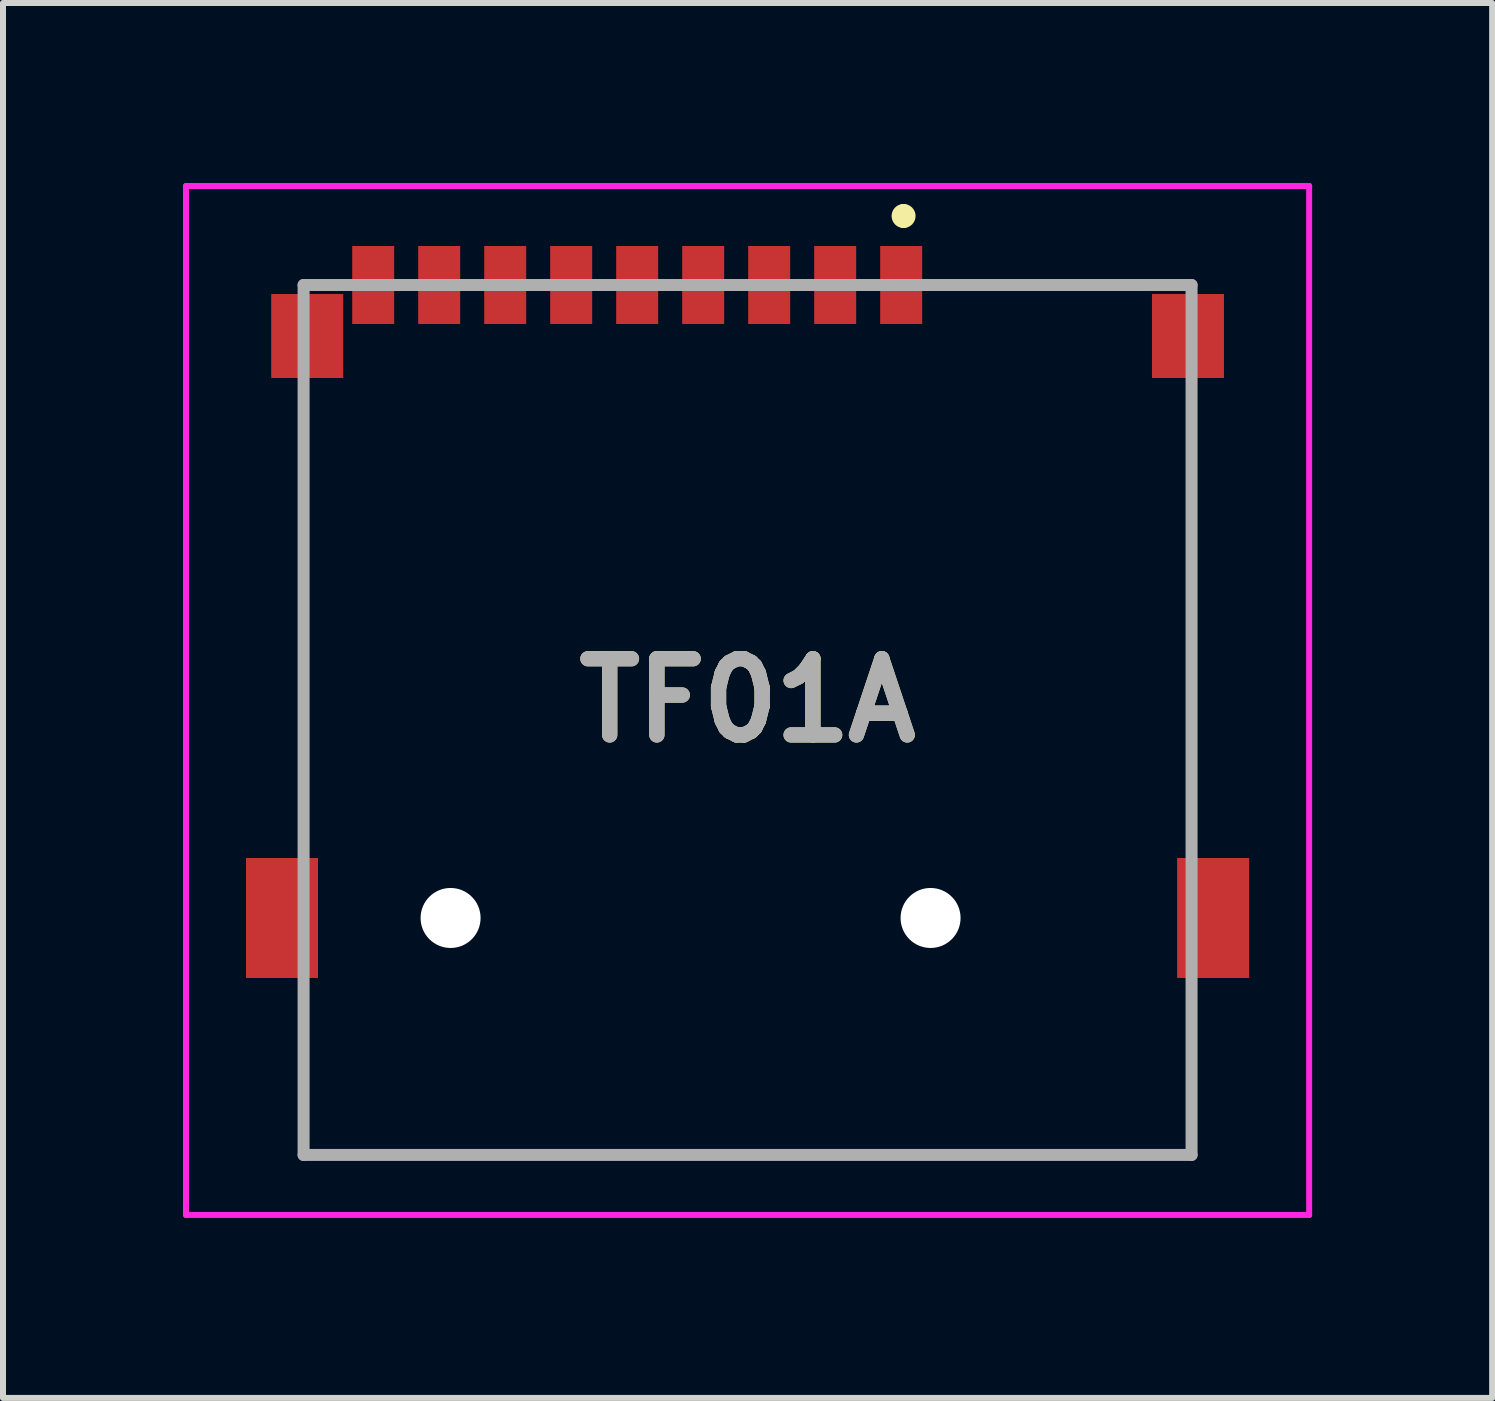
<source format=kicad_pcb>
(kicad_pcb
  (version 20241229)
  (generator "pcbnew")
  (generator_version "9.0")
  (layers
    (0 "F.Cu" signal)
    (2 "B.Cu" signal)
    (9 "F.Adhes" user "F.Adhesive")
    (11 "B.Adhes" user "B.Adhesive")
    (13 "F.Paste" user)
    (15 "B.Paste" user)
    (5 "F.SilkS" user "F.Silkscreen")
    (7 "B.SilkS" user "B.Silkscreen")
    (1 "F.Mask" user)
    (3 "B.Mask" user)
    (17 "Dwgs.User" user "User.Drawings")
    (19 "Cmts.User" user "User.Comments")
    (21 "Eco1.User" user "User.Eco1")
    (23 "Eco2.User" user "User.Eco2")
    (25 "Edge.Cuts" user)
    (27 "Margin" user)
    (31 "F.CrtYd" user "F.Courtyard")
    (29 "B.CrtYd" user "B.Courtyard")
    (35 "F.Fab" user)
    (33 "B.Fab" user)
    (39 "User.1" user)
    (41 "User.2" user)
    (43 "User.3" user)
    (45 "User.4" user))
  (footprint "TF01A"
    (layer "F.Cu")
    (at 9.41 8.95)
    (property "Reference" "TF01A" (at 0 -0.325 0) (layer "F.SilkS") (effects (font (size 1.27 1.27) (thickness 0.254))))
    (attr through_hole)
    (fp_line (start -7.4 -5) (end -7.4 1.5) (stroke (width 0.1) (type solid)) (layer "F.SilkS"))
    (fp_line (start -7.4 5) (end -7.4 7.25) (stroke (width 0.1) (type solid)) (layer "F.SilkS"))
    (fp_line (start -7.4 7.25) (end 7.4 7.25) (stroke (width 0.1) (type solid)) (layer "F.SilkS"))
    (fp_line (start 2.6 -8.5) (end 2.6 -8.5) (stroke (width 0.2) (type solid)) (layer "F.SilkS"))
    (fp_line (start 2.6 -8.3) (end 2.6 -8.3) (stroke (width 0.2) (type solid)) (layer "F.SilkS"))
    (fp_line (start 3.5 -7.25) (end 6.5 -7.25) (stroke (width 0.1) (type solid)) (layer "F.SilkS"))
    (fp_line (start 7.4 1.5) (end 7.4 -5) (stroke (width 0.1) (type solid)) (layer "F.SilkS"))
    (fp_line (start 7.4 7.25) (end 7.4 5.5) (stroke (width 0.1) (type solid)) (layer "F.SilkS"))
    (fp_arc (start 2.6 -8.5) (mid 2.7 -8.4) (end 2.6 -8.3) (stroke (width 0.2) (type solid)) (layer "F.SilkS"))
    (fp_arc (start 2.6 -8.3) (mid 2.5 -8.4) (end 2.6 -8.5) (stroke (width 0.2) (type solid)) (layer "F.SilkS"))
    (fp_line (start -9.36 -8.9) (end 9.36 -8.9) (stroke (width 0.1) (type solid)) (layer "F.CrtYd"))
    (fp_line (start -9.36 8.25) (end -9.36 -8.9) (stroke (width 0.1) (type solid)) (layer "F.CrtYd"))
    (fp_line (start 9.36 -8.9) (end 9.36 8.25) (stroke (width 0.1) (type solid)) (layer "F.CrtYd"))
    (fp_line (start 9.36 8.25) (end -9.36 8.25) (stroke (width 0.1) (type solid)) (layer "F.CrtYd"))
    (fp_line (start -7.4 -7.25) (end 7.4 -7.25) (stroke (width 0.2) (type solid)) (layer "F.Fab"))
    (fp_line (start -7.4 7.25) (end -7.4 -7.25) (stroke (width 0.2) (type solid)) (layer "F.Fab"))
    (fp_line (start 7.4 -7.25) (end 7.4 7.25) (stroke (width 0.2) (type solid)) (layer "F.Fab"))
    (fp_line (start 7.4 7.25) (end -7.4 7.25) (stroke (width 0.2) (type solid)) (layer "F.Fab"))
    (fp_text user "${REFERENCE}" (at 0 -0.325 0) (layer "F.Fab") (effects (font (size 1.27 1.27) (thickness 0.254))))
    (pad "" np_thru_hole circle (at -4.95 3.3) (size 1 1) (drill 1) (layers "*.Cu" "*.Mask"))
    (pad "" np_thru_hole circle (at 3.05 3.3) (size 1 1) (drill 1) (layers "*.Cu" "*.Mask"))
    (pad "1" smd rect (at 2.56 -7.25) (size 0.7 1.3) (layers "F.Cu" "F.Mask" "F.Paste"))
    (pad "2" smd rect (at 1.46 -7.25) (size 0.7 1.3) (layers "F.Cu" "F.Mask" "F.Paste"))
    (pad "3" smd rect (at 0.36 -7.25) (size 0.7 1.3) (layers "F.Cu" "F.Mask" "F.Paste"))
    (pad "4" smd rect (at -0.74 -7.25) (size 0.7 1.3) (layers "F.Cu" "F.Mask" "F.Paste"))
    (pad "5" smd rect (at -1.84 -7.25) (size 0.7 1.3) (layers "F.Cu" "F.Mask" "F.Paste"))
    (pad "6" smd rect (at -2.94 -7.25) (size 0.7 1.3) (layers "F.Cu" "F.Mask" "F.Paste"))
    (pad "7" smd rect (at -4.04 -7.25) (size 0.7 1.3) (layers "F.Cu" "F.Mask" "F.Paste"))
    (pad "8" smd rect (at -5.14 -7.25) (size 0.7 1.3) (layers "F.Cu" "F.Mask" "F.Paste"))
    (pad "CD1" smd rect (at -6.24 -7.25) (size 0.7 1.3) (layers "F.Cu" "F.Mask" "F.Paste"))
    (pad "MP1" smd rect (at -7.34 -6.4) (size 1.2 1.4) (layers "F.Cu" "F.Mask" "F.Paste"))
    (pad "MP2" smd rect (at -7.76 3.3) (size 1.2 2) (layers "F.Cu" "F.Mask" "F.Paste"))
    (pad "MP3" smd rect (at 7.76 3.3) (size 1.2 2) (layers "F.Cu" "F.Mask" "F.Paste"))
    (pad "MP4" smd rect (at 7.34 -6.4) (size 1.2 1.4) (layers "F.Cu" "F.Mask" "F.Paste")))
  (gr_rect
    (start -3 -3)
    (end 21.82 20.25)
    (stroke (width 0.1) (type default))
    (fill no)
    (layer "Edge.Cuts")))
</source>
